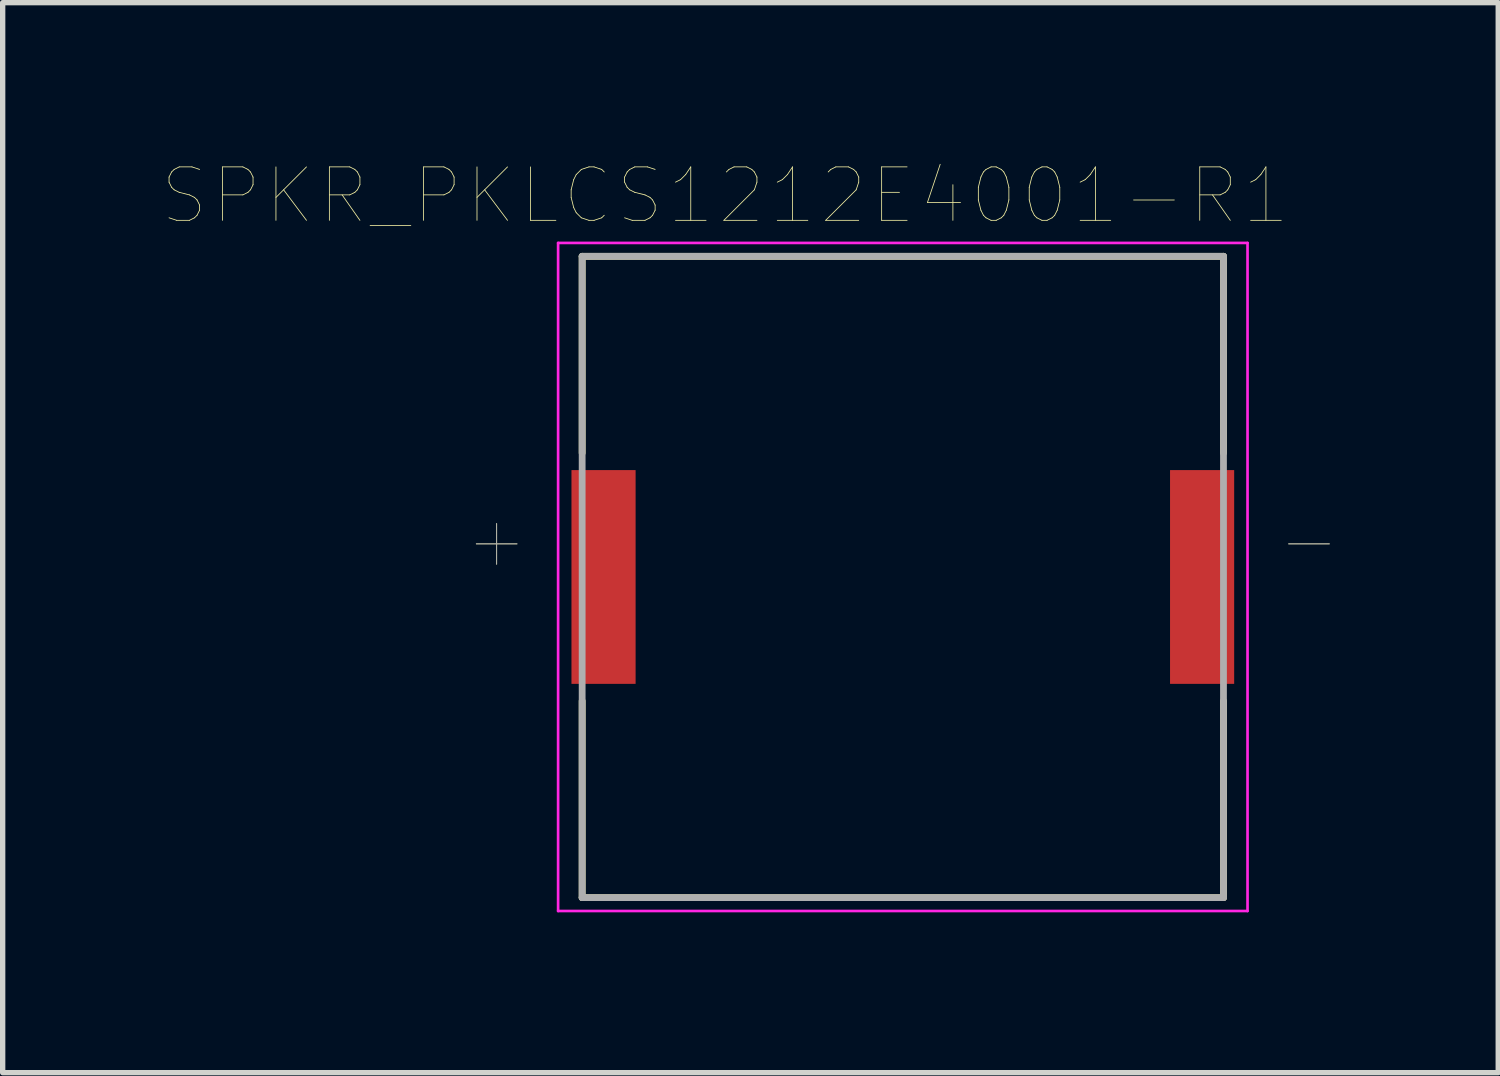
<source format=kicad_pcb>
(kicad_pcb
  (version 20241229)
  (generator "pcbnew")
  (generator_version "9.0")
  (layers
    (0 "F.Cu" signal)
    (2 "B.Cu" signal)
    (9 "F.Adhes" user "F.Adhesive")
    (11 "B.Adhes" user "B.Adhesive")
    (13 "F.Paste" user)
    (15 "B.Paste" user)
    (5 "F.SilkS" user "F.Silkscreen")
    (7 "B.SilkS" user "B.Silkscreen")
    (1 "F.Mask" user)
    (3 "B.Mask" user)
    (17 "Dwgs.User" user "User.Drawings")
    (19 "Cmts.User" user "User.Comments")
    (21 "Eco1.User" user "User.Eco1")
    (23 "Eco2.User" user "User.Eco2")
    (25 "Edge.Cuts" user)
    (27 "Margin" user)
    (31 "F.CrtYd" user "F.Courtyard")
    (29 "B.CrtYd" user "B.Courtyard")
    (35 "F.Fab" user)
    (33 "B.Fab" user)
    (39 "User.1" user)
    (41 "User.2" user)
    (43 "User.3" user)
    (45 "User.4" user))
  (footprint "SPKR_PKLCS1212E4001-R1"
    (layer "F.Cu")
    (at 13.843 7.746)
    (property "Reference" "SPKR_PKLCS1212E4001-R1" (at -3.325 -7.135 0) (layer "F.SilkS") (effects (font (size 1 1) (thickness 0.015))))
    (attr through_hole)
    (fp_line (start -6 -6) (end -6 -2.32) (stroke (width 0.127) (type solid)) (layer "F.SilkS"))
    (fp_line (start -6 -6) (end 6 -6) (stroke (width 0.127) (type solid)) (layer "F.SilkS"))
    (fp_line (start -6 6) (end -6 2.32) (stroke (width 0.127) (type solid)) (layer "F.SilkS"))
    (fp_line (start -6 6) (end 6 6) (stroke (width 0.127) (type solid)) (layer "F.SilkS"))
    (fp_line (start 6 -6) (end 6 -2.32) (stroke (width 0.127) (type solid)) (layer "F.SilkS"))
    (fp_line (start 6 6) (end 6 2.32) (stroke (width 0.127) (type solid)) (layer "F.SilkS"))
    (fp_line (start -6.45 -6.25) (end 6.45 -6.25) (stroke (width 0.05) (type solid)) (layer "F.CrtYd"))
    (fp_line (start -6.45 6.25) (end -6.45 -6.25) (stroke (width 0.05) (type solid)) (layer "F.CrtYd"))
    (fp_line (start 6.45 -6.25) (end 6.45 6.25) (stroke (width 0.05) (type solid)) (layer "F.CrtYd"))
    (fp_line (start 6.45 6.25) (end -6.45 6.25) (stroke (width 0.05) (type solid)) (layer "F.CrtYd"))
    (fp_line (start -6 -6) (end 6 -6) (stroke (width 0.127) (type solid)) (layer "F.Fab"))
    (fp_line (start -6 6) (end -6 -6) (stroke (width 0.127) (type solid)) (layer "F.Fab"))
    (fp_line (start 6 -6) (end 6 6) (stroke (width 0.127) (type solid)) (layer "F.Fab"))
    (fp_line (start 6 6) (end -6 6) (stroke (width 0.127) (type solid)) (layer "F.Fab"))
    (fp_text user "-" (at 7.6 -0.7 0) (layer "F.SilkS") (effects (font (size 1 1) (thickness 0.015))))
    (fp_text user "+" (at -7.6 -0.7 0) (layer "F.SilkS") (effects (font (size 1 1) (thickness 0.015))))
    (fp_text user "-" (at 7.6 -0.7 0) (layer "F.Fab") (effects (font (size 1 1) (thickness 0.015))))
    (fp_text user "+" (at -7.6 -0.7 0) (layer "F.Fab") (effects (font (size 1 1) (thickness 0.015))))
    (pad "N" smd rect (at 5.6 0) (size 1.2 4) (layers "F.Cu" "F.Mask" "F.Paste"))
    (pad "P" smd rect (at -5.6 0) (size 1.2 4) (layers "F.Cu" "F.Mask" "F.Paste")))
  (gr_rect
    (start -3 -3)
    (end 24.984 17.021)
    (stroke (width 0.1) (type default))
    (fill no)
    (layer "Edge.Cuts")))
</source>
